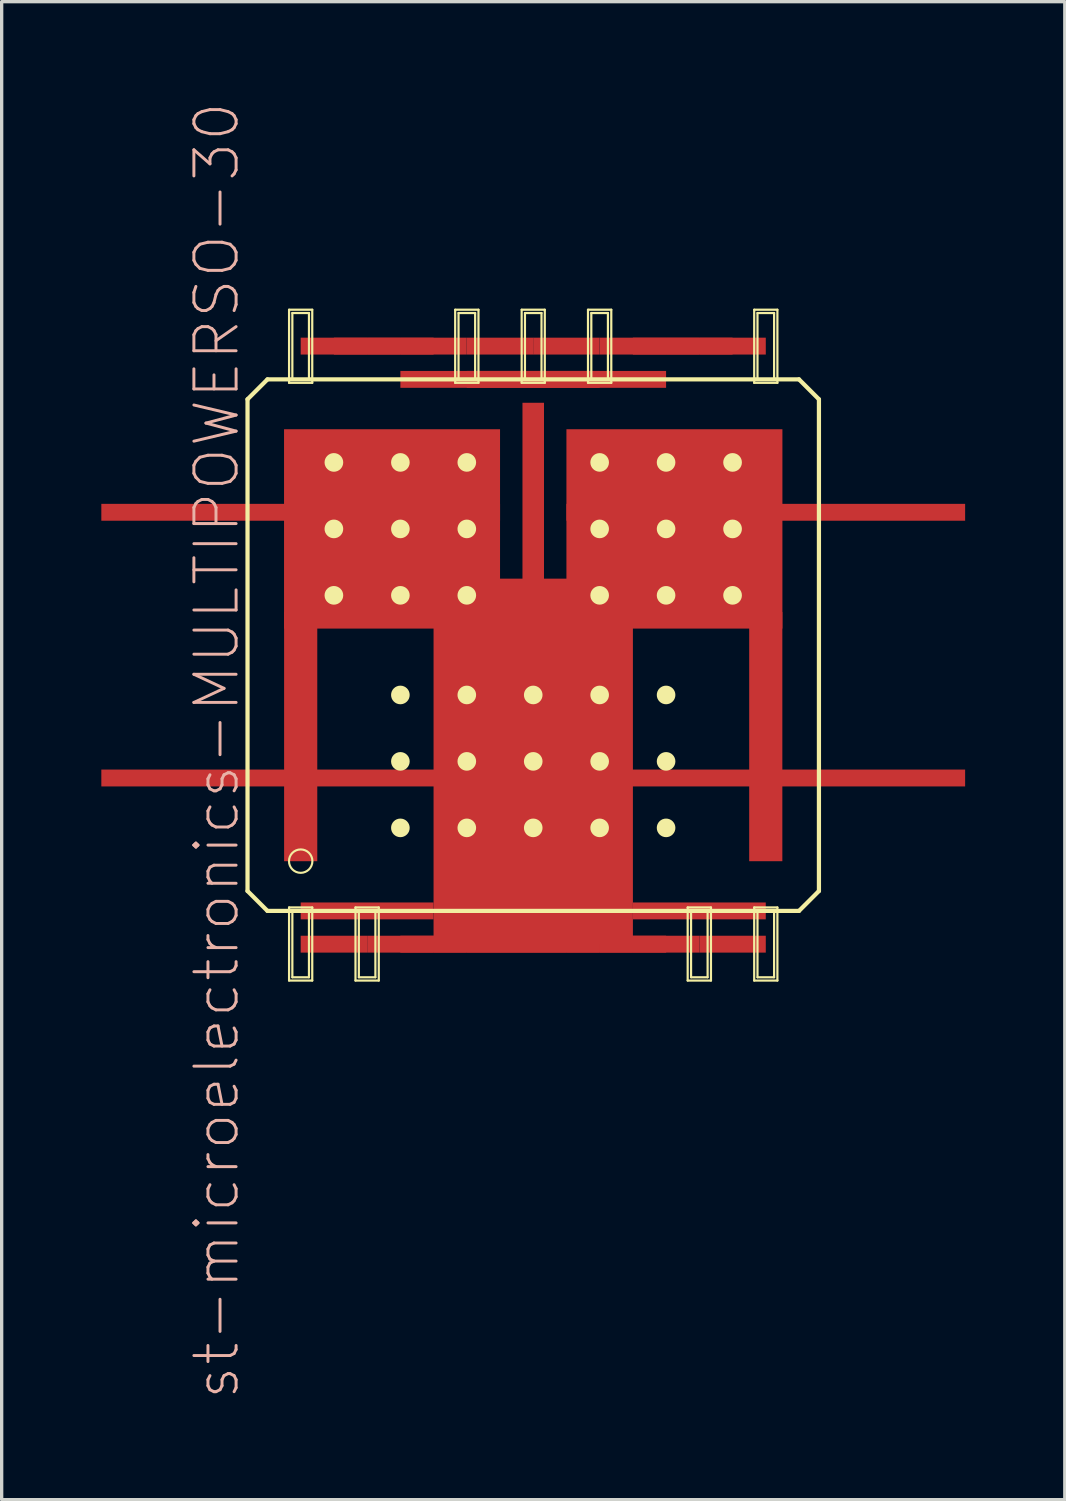
<source format=kicad_pcb>
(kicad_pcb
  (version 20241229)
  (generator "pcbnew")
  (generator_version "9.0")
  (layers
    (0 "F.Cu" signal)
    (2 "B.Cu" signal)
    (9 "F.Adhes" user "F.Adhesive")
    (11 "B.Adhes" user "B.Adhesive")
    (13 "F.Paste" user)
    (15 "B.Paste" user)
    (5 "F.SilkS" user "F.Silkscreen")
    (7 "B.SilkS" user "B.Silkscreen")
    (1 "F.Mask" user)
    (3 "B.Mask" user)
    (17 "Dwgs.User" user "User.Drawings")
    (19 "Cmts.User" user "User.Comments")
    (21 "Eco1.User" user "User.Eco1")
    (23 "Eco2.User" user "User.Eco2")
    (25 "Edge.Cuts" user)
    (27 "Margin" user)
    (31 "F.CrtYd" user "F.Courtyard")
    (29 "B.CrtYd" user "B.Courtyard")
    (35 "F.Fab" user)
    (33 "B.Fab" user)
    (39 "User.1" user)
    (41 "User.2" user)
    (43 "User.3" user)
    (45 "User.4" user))
  (footprint "st-microelectronics-MULTIPOWERSO-30"
    (layer "F.Cu")
    (at 12.997 16.365)
    (property "Reference" "st-microelectronics-MULTIPOWERSO-30" (at -9.525 3.175 90) (layer "B.SilkS") (effects (font (size 1.27 1.27) (thickness 0.089))))
    (attr smd)
    (fp_line (start -8.598 -7.399) (end -7.998 -7.998) (stroke (width 0.127) (type solid)) (layer "F.SilkS"))
    (fp_line (start -8.598 7.399) (end -8.598 -7.399) (stroke (width 0.127) (type solid)) (layer "F.SilkS"))
    (fp_line (start -7.998 -7.998) (end 7.998 -7.998) (stroke (width 0.127) (type solid)) (layer "F.SilkS"))
    (fp_line (start -7.998 7.998) (end -8.598 7.399) (stroke (width 0.127) (type solid)) (layer "F.SilkS"))
    (fp_line (start -7.348 -10.094) (end -6.65 -10.094) (stroke (width 0.066) (type solid)) (layer "F.SilkS"))
    (fp_line (start -7.348 -7.894) (end -7.348 -10.094) (stroke (width 0.066) (type solid)) (layer "F.SilkS"))
    (fp_line (start -7.348 -7.894) (end -6.65 -7.894) (stroke (width 0.066) (type solid)) (layer "F.SilkS"))
    (fp_line (start -7.348 7.894) (end -6.65 7.894) (stroke (width 0.066) (type solid)) (layer "F.SilkS"))
    (fp_line (start -7.348 10.094) (end -7.348 7.894) (stroke (width 0.066) (type solid)) (layer "F.SilkS"))
    (fp_line (start -7.348 10.094) (end -6.65 10.094) (stroke (width 0.066) (type solid)) (layer "F.SilkS"))
    (fp_line (start -7.249 -9.995) (end -6.749 -9.995) (stroke (width 0.066) (type solid)) (layer "F.SilkS"))
    (fp_line (start -7.249 -7.993) (end -7.249 -9.995) (stroke (width 0.066) (type solid)) (layer "F.SilkS"))
    (fp_line (start -7.249 -7.993) (end -6.749 -7.993) (stroke (width 0.066) (type solid)) (layer "F.SilkS"))
    (fp_line (start -7.249 7.993) (end -6.749 7.993) (stroke (width 0.066) (type solid)) (layer "F.SilkS"))
    (fp_line (start -7.249 9.995) (end -7.249 7.993) (stroke (width 0.066) (type solid)) (layer "F.SilkS"))
    (fp_line (start -7.249 9.995) (end -6.749 9.995) (stroke (width 0.066) (type solid)) (layer "F.SilkS"))
    (fp_line (start -6.749 -7.993) (end -6.749 -9.995) (stroke (width 0.066) (type solid)) (layer "F.SilkS"))
    (fp_line (start -6.749 9.995) (end -6.749 7.993) (stroke (width 0.066) (type solid)) (layer "F.SilkS"))
    (fp_line (start -6.65 -7.894) (end -6.65 -10.094) (stroke (width 0.066) (type solid)) (layer "F.SilkS"))
    (fp_line (start -6.65 10.094) (end -6.65 7.894) (stroke (width 0.066) (type solid)) (layer "F.SilkS"))
    (fp_line (start -5.349 7.894) (end -4.648 7.894) (stroke (width 0.066) (type solid)) (layer "F.SilkS"))
    (fp_line (start -5.349 10.094) (end -5.349 7.894) (stroke (width 0.066) (type solid)) (layer "F.SilkS"))
    (fp_line (start -5.349 10.094) (end -4.648 10.094) (stroke (width 0.066) (type solid)) (layer "F.SilkS"))
    (fp_line (start -5.248 7.993) (end -4.75 7.993) (stroke (width 0.066) (type solid)) (layer "F.SilkS"))
    (fp_line (start -5.248 9.995) (end -5.248 7.993) (stroke (width 0.066) (type solid)) (layer "F.SilkS"))
    (fp_line (start -5.248 9.995) (end -4.75 9.995) (stroke (width 0.066) (type solid)) (layer "F.SilkS"))
    (fp_line (start -4.75 9.995) (end -4.75 7.993) (stroke (width 0.066) (type solid)) (layer "F.SilkS"))
    (fp_line (start -4.648 10.094) (end -4.648 7.894) (stroke (width 0.066) (type solid)) (layer "F.SilkS"))
    (fp_line (start -2.349 -10.094) (end -1.648 -10.094) (stroke (width 0.066) (type solid)) (layer "F.SilkS"))
    (fp_line (start -2.349 -7.894) (end -2.349 -10.094) (stroke (width 0.066) (type solid)) (layer "F.SilkS"))
    (fp_line (start -2.349 -7.894) (end -1.648 -7.894) (stroke (width 0.066) (type solid)) (layer "F.SilkS"))
    (fp_line (start -2.248 -9.995) (end -1.748 -9.995) (stroke (width 0.066) (type solid)) (layer "F.SilkS"))
    (fp_line (start -2.248 -7.993) (end -2.248 -9.995) (stroke (width 0.066) (type solid)) (layer "F.SilkS"))
    (fp_line (start -2.248 -7.993) (end -1.748 -7.993) (stroke (width 0.066) (type solid)) (layer "F.SilkS"))
    (fp_line (start -1.748 -7.993) (end -1.748 -9.995) (stroke (width 0.066) (type solid)) (layer "F.SilkS"))
    (fp_line (start -1.648 -7.894) (end -1.648 -10.094) (stroke (width 0.066) (type solid)) (layer "F.SilkS"))
    (fp_line (start -0.348 -10.094) (end 0.348 -10.094) (stroke (width 0.066) (type solid)) (layer "F.SilkS"))
    (fp_line (start -0.348 -7.894) (end -0.348 -10.094) (stroke (width 0.066) (type solid)) (layer "F.SilkS"))
    (fp_line (start -0.348 -7.894) (end 0.348 -7.894) (stroke (width 0.066) (type solid)) (layer "F.SilkS"))
    (fp_line (start -0.249 -9.995) (end 0.249 -9.995) (stroke (width 0.066) (type solid)) (layer "F.SilkS"))
    (fp_line (start -0.249 -7.993) (end -0.249 -9.995) (stroke (width 0.066) (type solid)) (layer "F.SilkS"))
    (fp_line (start -0.249 -7.993) (end 0.249 -7.993) (stroke (width 0.066) (type solid)) (layer "F.SilkS"))
    (fp_line (start 0.249 -7.993) (end 0.249 -9.995) (stroke (width 0.066) (type solid)) (layer "F.SilkS"))
    (fp_line (start 0.348 -7.894) (end 0.348 -10.094) (stroke (width 0.066) (type solid)) (layer "F.SilkS"))
    (fp_line (start 1.648 -10.094) (end 2.349 -10.094) (stroke (width 0.066) (type solid)) (layer "F.SilkS"))
    (fp_line (start 1.648 -7.894) (end 1.648 -10.094) (stroke (width 0.066) (type solid)) (layer "F.SilkS"))
    (fp_line (start 1.648 -7.894) (end 2.349 -7.894) (stroke (width 0.066) (type solid)) (layer "F.SilkS"))
    (fp_line (start 1.748 -9.995) (end 2.248 -9.995) (stroke (width 0.066) (type solid)) (layer "F.SilkS"))
    (fp_line (start 1.748 -7.993) (end 1.748 -9.995) (stroke (width 0.066) (type solid)) (layer "F.SilkS"))
    (fp_line (start 1.748 -7.993) (end 2.248 -7.993) (stroke (width 0.066) (type solid)) (layer "F.SilkS"))
    (fp_line (start 2.248 -7.993) (end 2.248 -9.995) (stroke (width 0.066) (type solid)) (layer "F.SilkS"))
    (fp_line (start 2.349 -7.894) (end 2.349 -10.094) (stroke (width 0.066) (type solid)) (layer "F.SilkS"))
    (fp_line (start 4.648 7.894) (end 5.349 7.894) (stroke (width 0.066) (type solid)) (layer "F.SilkS"))
    (fp_line (start 4.648 10.094) (end 4.648 7.894) (stroke (width 0.066) (type solid)) (layer "F.SilkS"))
    (fp_line (start 4.648 10.094) (end 5.349 10.094) (stroke (width 0.066) (type solid)) (layer "F.SilkS"))
    (fp_line (start 4.75 7.993) (end 5.248 7.993) (stroke (width 0.066) (type solid)) (layer "F.SilkS"))
    (fp_line (start 4.75 9.995) (end 4.75 7.993) (stroke (width 0.066) (type solid)) (layer "F.SilkS"))
    (fp_line (start 4.75 9.995) (end 5.248 9.995) (stroke (width 0.066) (type solid)) (layer "F.SilkS"))
    (fp_line (start 5.248 9.995) (end 5.248 7.993) (stroke (width 0.066) (type solid)) (layer "F.SilkS"))
    (fp_line (start 5.349 10.094) (end 5.349 7.894) (stroke (width 0.066) (type solid)) (layer "F.SilkS"))
    (fp_line (start 6.65 -10.094) (end 7.348 -10.094) (stroke (width 0.066) (type solid)) (layer "F.SilkS"))
    (fp_line (start 6.65 -7.894) (end 6.65 -10.094) (stroke (width 0.066) (type solid)) (layer "F.SilkS"))
    (fp_line (start 6.65 -7.894) (end 7.348 -7.894) (stroke (width 0.066) (type solid)) (layer "F.SilkS"))
    (fp_line (start 6.65 7.894) (end 7.348 7.894) (stroke (width 0.066) (type solid)) (layer "F.SilkS"))
    (fp_line (start 6.65 10.094) (end 6.65 7.894) (stroke (width 0.066) (type solid)) (layer "F.SilkS"))
    (fp_line (start 6.65 10.094) (end 7.348 10.094) (stroke (width 0.066) (type solid)) (layer "F.SilkS"))
    (fp_line (start 6.749 -9.995) (end 7.249 -9.995) (stroke (width 0.066) (type solid)) (layer "F.SilkS"))
    (fp_line (start 6.749 -7.993) (end 6.749 -9.995) (stroke (width 0.066) (type solid)) (layer "F.SilkS"))
    (fp_line (start 6.749 -7.993) (end 7.249 -7.993) (stroke (width 0.066) (type solid)) (layer "F.SilkS"))
    (fp_line (start 6.749 7.993) (end 7.249 7.993) (stroke (width 0.066) (type solid)) (layer "F.SilkS"))
    (fp_line (start 6.749 9.995) (end 6.749 7.993) (stroke (width 0.066) (type solid)) (layer "F.SilkS"))
    (fp_line (start 6.749 9.995) (end 7.249 9.995) (stroke (width 0.066) (type solid)) (layer "F.SilkS"))
    (fp_line (start 7.249 -7.993) (end 7.249 -9.995) (stroke (width 0.066) (type solid)) (layer "F.SilkS"))
    (fp_line (start 7.249 9.995) (end 7.249 7.993) (stroke (width 0.066) (type solid)) (layer "F.SilkS"))
    (fp_line (start 7.348 -7.894) (end 7.348 -10.094) (stroke (width 0.066) (type solid)) (layer "F.SilkS"))
    (fp_line (start 7.348 10.094) (end 7.348 7.894) (stroke (width 0.066) (type solid)) (layer "F.SilkS"))
    (fp_line (start 7.998 -7.998) (end 8.598 -7.399) (stroke (width 0.127) (type solid)) (layer "F.SilkS"))
    (fp_line (start 7.998 7.998) (end -7.998 7.998) (stroke (width 0.127) (type solid)) (layer "F.SilkS"))
    (fp_line (start 8.598 -7.399) (end 8.598 7.399) (stroke (width 0.127) (type solid)) (layer "F.SilkS"))
    (fp_line (start 8.598 7.399) (end 7.998 7.998) (stroke (width 0.127) (type solid)) (layer "F.SilkS"))
    (fp_circle (center -6.998 6.5) (end -7.247 6.749) (stroke (width 0.064) (type solid)) (fill no) (layer "F.SilkS"))
    (fp_circle (center -5.999 -5.499) (end -6.198 -5.697) (stroke (width 0) (type solid)) (fill yes) (layer "F.SilkS"))
    (fp_circle (center -5.999 -5.499) (end -6.149 -5.649) (stroke (width 0) (type solid)) (fill yes) (layer "F.SilkS"))
    (fp_circle (center -5.999 -3.498) (end -6.198 -3.696) (stroke (width 0) (type solid)) (fill yes) (layer "F.SilkS"))
    (fp_circle (center -5.999 -3.498) (end -6.149 -3.647) (stroke (width 0) (type solid)) (fill yes) (layer "F.SilkS"))
    (fp_circle (center -5.999 -1.499) (end -6.198 -1.697) (stroke (width 0) (type solid)) (fill yes) (layer "F.SilkS"))
    (fp_circle (center -5.999 -1.499) (end -6.149 -1.648) (stroke (width 0) (type solid)) (fill yes) (layer "F.SilkS"))
    (fp_circle (center -3.998 -5.499) (end -4.196 -5.697) (stroke (width 0) (type solid)) (fill yes) (layer "F.SilkS"))
    (fp_circle (center -3.998 -5.499) (end -4.148 -5.649) (stroke (width 0) (type solid)) (fill yes) (layer "F.SilkS"))
    (fp_circle (center -3.998 -3.498) (end -4.196 -3.696) (stroke (width 0) (type solid)) (fill yes) (layer "F.SilkS"))
    (fp_circle (center -3.998 -3.498) (end -4.148 -3.647) (stroke (width 0) (type solid)) (fill yes) (layer "F.SilkS"))
    (fp_circle (center -3.998 -1.499) (end -4.196 -1.697) (stroke (width 0) (type solid)) (fill yes) (layer "F.SilkS"))
    (fp_circle (center -3.998 -1.499) (end -4.148 -1.648) (stroke (width 0) (type solid)) (fill yes) (layer "F.SilkS"))
    (fp_circle (center -3.998 1.499) (end -4.196 1.697) (stroke (width 0) (type solid)) (fill yes) (layer "F.SilkS"))
    (fp_circle (center -3.998 1.499) (end -4.148 1.648) (stroke (width 0) (type solid)) (fill yes) (layer "F.SilkS"))
    (fp_circle (center -3.998 3.498) (end -4.196 3.696) (stroke (width 0) (type solid)) (fill yes) (layer "F.SilkS"))
    (fp_circle (center -3.998 3.498) (end -4.148 3.647) (stroke (width 0) (type solid)) (fill yes) (layer "F.SilkS"))
    (fp_circle (center -3.998 5.499) (end -4.196 5.697) (stroke (width 0) (type solid)) (fill yes) (layer "F.SilkS"))
    (fp_circle (center -3.998 5.499) (end -4.148 5.649) (stroke (width 0) (type solid)) (fill yes) (layer "F.SilkS"))
    (fp_circle (center -1.999 -5.499) (end -2.197 -5.697) (stroke (width 0) (type solid)) (fill yes) (layer "F.SilkS"))
    (fp_circle (center -1.999 -5.499) (end -2.149 -5.649) (stroke (width 0) (type solid)) (fill yes) (layer "F.SilkS"))
    (fp_circle (center -1.999 -3.498) (end -2.197 -3.696) (stroke (width 0) (type solid)) (fill yes) (layer "F.SilkS"))
    (fp_circle (center -1.999 -3.498) (end -2.149 -3.647) (stroke (width 0) (type solid)) (fill yes) (layer "F.SilkS"))
    (fp_circle (center -1.999 -1.499) (end -2.197 -1.697) (stroke (width 0) (type solid)) (fill yes) (layer "F.SilkS"))
    (fp_circle (center -1.999 -1.499) (end -2.149 -1.648) (stroke (width 0) (type solid)) (fill yes) (layer "F.SilkS"))
    (fp_circle (center -1.999 1.499) (end -2.197 1.697) (stroke (width 0) (type solid)) (fill yes) (layer "F.SilkS"))
    (fp_circle (center -1.999 1.499) (end -2.149 1.648) (stroke (width 0) (type solid)) (fill yes) (layer "F.SilkS"))
    (fp_circle (center -1.999 3.498) (end -2.197 3.696) (stroke (width 0) (type solid)) (fill yes) (layer "F.SilkS"))
    (fp_circle (center -1.999 3.498) (end -2.149 3.647) (stroke (width 0) (type solid)) (fill yes) (layer "F.SilkS"))
    (fp_circle (center -1.999 5.499) (end -2.197 5.697) (stroke (width 0) (type solid)) (fill yes) (layer "F.SilkS"))
    (fp_circle (center -1.999 5.499) (end -2.149 5.649) (stroke (width 0) (type solid)) (fill yes) (layer "F.SilkS"))
    (fp_circle (center 0 1.499) (end -0.198 1.697) (stroke (width 0) (type solid)) (fill yes) (layer "F.SilkS"))
    (fp_circle (center 0 1.499) (end -0.15 1.648) (stroke (width 0) (type solid)) (fill yes) (layer "F.SilkS"))
    (fp_circle (center 0 3.498) (end -0.198 3.696) (stroke (width 0) (type solid)) (fill yes) (layer "F.SilkS"))
    (fp_circle (center 0 3.498) (end -0.15 3.647) (stroke (width 0) (type solid)) (fill yes) (layer "F.SilkS"))
    (fp_circle (center 0 5.499) (end -0.198 5.697) (stroke (width 0) (type solid)) (fill yes) (layer "F.SilkS"))
    (fp_circle (center 0 5.499) (end -0.15 5.649) (stroke (width 0) (type solid)) (fill yes) (layer "F.SilkS"))
    (fp_circle (center 1.999 -5.499) (end 2.149 -5.649) (stroke (width 0) (type solid)) (fill yes) (layer "F.SilkS"))
    (fp_circle (center 1.999 -5.499) (end 2.197 -5.697) (stroke (width 0) (type solid)) (fill yes) (layer "F.SilkS"))
    (fp_circle (center 1.999 -3.498) (end 2.149 -3.647) (stroke (width 0) (type solid)) (fill yes) (layer "F.SilkS"))
    (fp_circle (center 1.999 -3.498) (end 2.197 -3.696) (stroke (width 0) (type solid)) (fill yes) (layer "F.SilkS"))
    (fp_circle (center 1.999 -1.499) (end 2.149 -1.648) (stroke (width 0) (type solid)) (fill yes) (layer "F.SilkS"))
    (fp_circle (center 1.999 -1.499) (end 2.197 -1.697) (stroke (width 0) (type solid)) (fill yes) (layer "F.SilkS"))
    (fp_circle (center 1.999 1.499) (end 2.149 1.648) (stroke (width 0) (type solid)) (fill yes) (layer "F.SilkS"))
    (fp_circle (center 1.999 1.499) (end 2.197 1.697) (stroke (width 0) (type solid)) (fill yes) (layer "F.SilkS"))
    (fp_circle (center 1.999 3.498) (end 2.149 3.647) (stroke (width 0) (type solid)) (fill yes) (layer "F.SilkS"))
    (fp_circle (center 1.999 3.498) (end 2.197 3.696) (stroke (width 0) (type solid)) (fill yes) (layer "F.SilkS"))
    (fp_circle (center 1.999 5.499) (end 2.149 5.649) (stroke (width 0) (type solid)) (fill yes) (layer "F.SilkS"))
    (fp_circle (center 1.999 5.499) (end 2.197 5.697) (stroke (width 0) (type solid)) (fill yes) (layer "F.SilkS"))
    (fp_circle (center 3.998 -5.499) (end 4.148 -5.649) (stroke (width 0) (type solid)) (fill yes) (layer "F.SilkS"))
    (fp_circle (center 3.998 -5.499) (end 4.196 -5.697) (stroke (width 0) (type solid)) (fill yes) (layer "F.SilkS"))
    (fp_circle (center 3.998 -3.498) (end 4.148 -3.647) (stroke (width 0) (type solid)) (fill yes) (layer "F.SilkS"))
    (fp_circle (center 3.998 -3.498) (end 4.196 -3.696) (stroke (width 0) (type solid)) (fill yes) (layer "F.SilkS"))
    (fp_circle (center 3.998 -1.499) (end 4.148 -1.648) (stroke (width 0) (type solid)) (fill yes) (layer "F.SilkS"))
    (fp_circle (center 3.998 -1.499) (end 4.196 -1.697) (stroke (width 0) (type solid)) (fill yes) (layer "F.SilkS"))
    (fp_circle (center 3.998 1.499) (end 4.148 1.648) (stroke (width 0) (type solid)) (fill yes) (layer "F.SilkS"))
    (fp_circle (center 3.998 1.499) (end 4.196 1.697) (stroke (width 0) (type solid)) (fill yes) (layer "F.SilkS"))
    (fp_circle (center 3.998 3.498) (end 4.148 3.647) (stroke (width 0) (type solid)) (fill yes) (layer "F.SilkS"))
    (fp_circle (center 3.998 3.498) (end 4.196 3.696) (stroke (width 0) (type solid)) (fill yes) (layer "F.SilkS"))
    (fp_circle (center 3.998 5.499) (end 4.148 5.649) (stroke (width 0) (type solid)) (fill yes) (layer "F.SilkS"))
    (fp_circle (center 3.998 5.499) (end 4.196 5.697) (stroke (width 0) (type solid)) (fill yes) (layer "F.SilkS"))
    (fp_circle (center 5.999 -5.499) (end 6.149 -5.649) (stroke (width 0) (type solid)) (fill yes) (layer "F.SilkS"))
    (fp_circle (center 5.999 -5.499) (end 6.198 -5.697) (stroke (width 0) (type solid)) (fill yes) (layer "F.SilkS"))
    (fp_circle (center 5.999 -3.498) (end 6.149 -3.647) (stroke (width 0) (type solid)) (fill yes) (layer "F.SilkS"))
    (fp_circle (center 5.999 -3.498) (end 6.198 -3.696) (stroke (width 0) (type solid)) (fill yes) (layer "F.SilkS"))
    (fp_circle (center 5.999 -1.499) (end 6.149 -1.648) (stroke (width 0) (type solid)) (fill yes) (layer "F.SilkS"))
    (fp_circle (center 5.999 -1.499) (end 6.198 -1.697) (stroke (width 0) (type solid)) (fill yes) (layer "F.SilkS"))
    (pad "1" smd rect (at -6.998 3.998) (size 11.999 0.508) (layers "F.Cu" "F.Mask" "F.Paste"))
    (pad "2" smd rect (at -5.999 8.999) (size 1.999 0.508) (layers "F.Cu" "F.Mask" "F.Paste"))
    (pad "3" smd rect (at -4.999 7.998) (size 3.998 0.508) (layers "F.Cu" "F.Mask" "F.Paste"))
    (pad "4" smd rect (at -3.998 8.999) (size 1.999 0.508) (layers "F.Cu" "F.Mask" "F.Paste"))
    (pad "5" smd rect (at -3 8.999) (size 1.999 0.508) (layers "F.Cu" "F.Mask" "F.Paste"))
    (pad "6" smd rect (at -1.999 8.999) (size 1.999 0.508) (layers "F.Cu" "F.Mask" "F.Paste"))
    (pad "7" smd rect (at -0.998 8.999) (size 1.999 0.508) (layers "F.Cu" "F.Mask" "F.Paste"))
    (pad "8" smd rect (at 0 8.999) (size 1.999 0.508) (layers "F.Cu" "F.Mask" "F.Paste"))
    (pad "9" smd rect (at 0.998 8.999) (size 1.999 0.508) (layers "F.Cu" "F.Mask" "F.Paste"))
    (pad "10" smd rect (at 1.999 8.999) (size 1.999 0.508) (layers "F.Cu" "F.Mask" "F.Paste"))
    (pad "11" smd rect (at 3 8.999) (size 1.999 0.508) (layers "F.Cu" "F.Mask" "F.Paste"))
    (pad "12" smd rect (at 3.998 8.999) (size 1.999 0.508) (layers "F.Cu" "F.Mask" "F.Paste"))
    (pad "13" smd rect (at 4.999 7.998) (size 3.998 0.508) (layers "F.Cu" "F.Mask" "F.Paste"))
    (pad "14" smd rect (at 5.999 8.999) (size 1.999 0.508) (layers "F.Cu" "F.Mask" "F.Paste"))
    (pad "15" smd rect (at 6.998 3.998) (size 11.999 0.508) (layers "F.Cu" "F.Mask" "F.Paste"))
    (pad "16" smd rect (at 6.998 -3.998) (size 11.999 0.508) (layers "F.Cu" "F.Mask" "F.Paste"))
    (pad "17" smd rect (at 5.999 -8.999) (size 1.999 0.508) (layers "F.Cu" "F.Mask" "F.Paste"))
    (pad "18" smd rect (at 4.999 -8.999) (size 1.999 0.508) (layers "F.Cu" "F.Mask" "F.Paste"))
    (pad "19" smd rect (at 3.998 -8.999) (size 1.999 0.508) (layers "F.Cu" "F.Mask" "F.Paste"))
    (pad "20" smd rect (at 3 -8.999) (size 1.999 0.508) (layers "F.Cu" "F.Mask" "F.Paste"))
    (pad "21" smd rect (at 1.999 -7.998) (size 3.998 0.508) (layers "F.Cu" "F.Mask" "F.Paste"))
    (pad "22" smd rect (at 0.998 -8.999) (size 1.999 0.508) (layers "F.Cu" "F.Mask" "F.Paste"))
    (pad "23" smd rect (at 0 -7.998) (size 3.998 0.508) (layers "F.Cu" "F.Mask" "F.Paste"))
    (pad "24" smd rect (at -0.998 -8.999) (size 1.999 0.508) (layers "F.Cu" "F.Mask" "F.Paste"))
    (pad "25" smd rect (at -1.999 -7.998) (size 3.998 0.508) (layers "F.Cu" "F.Mask" "F.Paste"))
    (pad "26" smd rect (at -3 -8.999) (size 1.999 0.508) (layers "F.Cu" "F.Mask" "F.Paste"))
    (pad "27" smd rect (at -3.998 -8.999) (size 1.999 0.508) (layers "F.Cu" "F.Mask" "F.Paste"))
    (pad "28" smd rect (at -4.999 -8.999) (size 1.999 0.508) (layers "F.Cu" "F.Mask" "F.Paste"))
    (pad "29" smd rect (at -5.999 -8.999) (size 1.999 0.508) (layers "F.Cu" "F.Mask" "F.Paste"))
    (pad "30" smd rect (at -6.998 -3.998) (size 11.999 0.508) (layers "F.Cu" "F.Mask" "F.Paste"))
    (pad "OUTA" smd rect (at -4.249 -3.498) (size 6.5 5.999) (layers "F.Cu" "F.Mask" "F.Paste"))
    (pad "OUTA@1" smd rect (at -6.998 2.753) (size 0.998 7.498) (layers "F.Cu" "F.Mask" "F.Paste"))
    (pad "OUTB" smd rect (at 4.249 -3.498) (size 6.5 5.999) (layers "F.Cu" "F.Mask" "F.Paste"))
    (pad "OUTB@1" smd rect (at 6.998 2.753) (size 0.998 7.498) (layers "F.Cu" "F.Mask" "F.Paste"))
    (pad "VCC" smd rect (at 0 3.498) (size 5.999 10.998) (layers "F.Cu" "F.Mask" "F.Paste"))
    (pad "VCC@1" smd rect (at 0 -3.145) (size 0.648 8.298) (layers "F.Cu" "F.Mask" "F.Paste")))
  (gr_rect
    (start -3 -3)
    (end 28.994 42.08)
    (stroke (width 0.1) (type default))
    (fill no)
    (layer "Edge.Cuts")))
</source>
